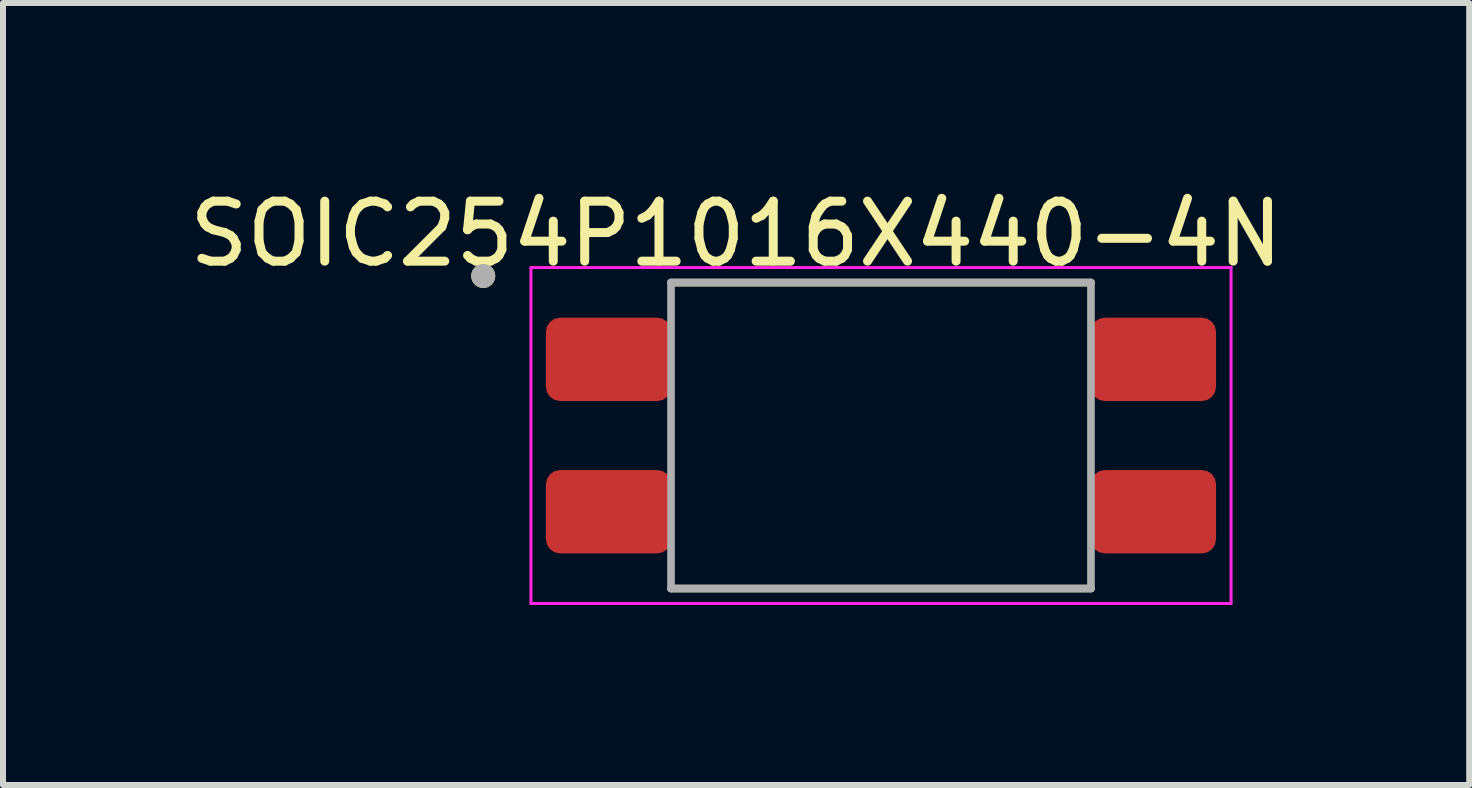
<source format=kicad_pcb>
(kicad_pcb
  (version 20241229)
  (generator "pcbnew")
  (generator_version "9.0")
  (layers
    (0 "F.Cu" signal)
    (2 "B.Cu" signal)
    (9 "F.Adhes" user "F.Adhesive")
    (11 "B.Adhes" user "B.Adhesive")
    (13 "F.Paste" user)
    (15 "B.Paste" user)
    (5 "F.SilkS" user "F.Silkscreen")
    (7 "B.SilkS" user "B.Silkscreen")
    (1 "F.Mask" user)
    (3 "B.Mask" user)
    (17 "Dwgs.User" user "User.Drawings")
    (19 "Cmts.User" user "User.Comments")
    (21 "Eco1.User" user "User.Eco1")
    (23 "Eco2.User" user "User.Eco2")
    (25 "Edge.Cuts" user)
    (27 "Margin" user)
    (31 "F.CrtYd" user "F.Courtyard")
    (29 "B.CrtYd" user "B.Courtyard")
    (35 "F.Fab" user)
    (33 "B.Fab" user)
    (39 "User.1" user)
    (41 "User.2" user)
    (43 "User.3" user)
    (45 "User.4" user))
  (footprint "SOIC254P1016X440-4N"
    (layer "F.Cu")
    (at 11.635 4.21)
    (property "Reference" "SOIC254P1016X440-4N" (at -2.415 -3.362 0) (layer "F.SilkS") (effects (font (size 1 1) (thickness 0.15))))
    (attr smd)
    (fp_line (start -3.5 -2.55) (end 3.5 -2.55) (stroke (width 0.127) (type solid)) (layer "F.SilkS"))
    (fp_line (start -3.5 2.55) (end 3.5 2.55) (stroke (width 0.127) (type solid)) (layer "F.SilkS"))
    (fp_circle (center -6.63 -2.66) (end -6.53 -2.66) (stroke (width 0.2) (type solid)) (fill no) (layer "F.SilkS"))
    (fp_line (start -5.835 -2.8) (end -5.835 2.8) (stroke (width 0.05) (type solid)) (layer "F.CrtYd"))
    (fp_line (start -5.835 -2.8) (end 5.835 -2.8) (stroke (width 0.05) (type solid)) (layer "F.CrtYd"))
    (fp_line (start -5.835 2.8) (end 5.835 2.8) (stroke (width 0.05) (type solid)) (layer "F.CrtYd"))
    (fp_line (start 5.835 -2.8) (end 5.835 2.8) (stroke (width 0.05) (type solid)) (layer "F.CrtYd"))
    (fp_line (start -3.5 -2.55) (end -3.5 2.55) (stroke (width 0.127) (type solid)) (layer "F.Fab"))
    (fp_line (start -3.5 -2.55) (end 3.5 -2.55) (stroke (width 0.127) (type solid)) (layer "F.Fab"))
    (fp_line (start -3.5 2.55) (end 3.5 2.55) (stroke (width 0.127) (type solid)) (layer "F.Fab"))
    (fp_line (start 3.5 -2.55) (end 3.5 2.55) (stroke (width 0.127) (type solid)) (layer "F.Fab"))
    (fp_circle (center -6.63 -2.66) (end -6.53 -2.66) (stroke (width 0.2) (type solid)) (fill no) (layer "F.Fab"))
    (pad "1" smd roundrect (at -4.54 -1.27) (size 2.09 1.39) (layers "F.Cu" "F.Mask" "F.Paste") (roundrect_rratio 0.17))
    (pad "2" smd roundrect (at -4.54 1.27) (size 2.09 1.39) (layers "F.Cu" "F.Mask" "F.Paste") (roundrect_rratio 0.17))
    (pad "3" smd roundrect (at 4.54 1.27) (size 2.09 1.39) (layers "F.Cu" "F.Mask" "F.Paste") (roundrect_rratio 0.17))
    (pad "4" smd roundrect (at 4.54 -1.27) (size 2.09 1.39) (layers "F.Cu" "F.Mask" "F.Paste") (roundrect_rratio 0.17)))
  (gr_rect
    (start -3 -3)
    (end 21.44 10.035)
    (stroke (width 0.1) (type default))
    (fill no)
    (layer "Edge.Cuts")))
</source>
